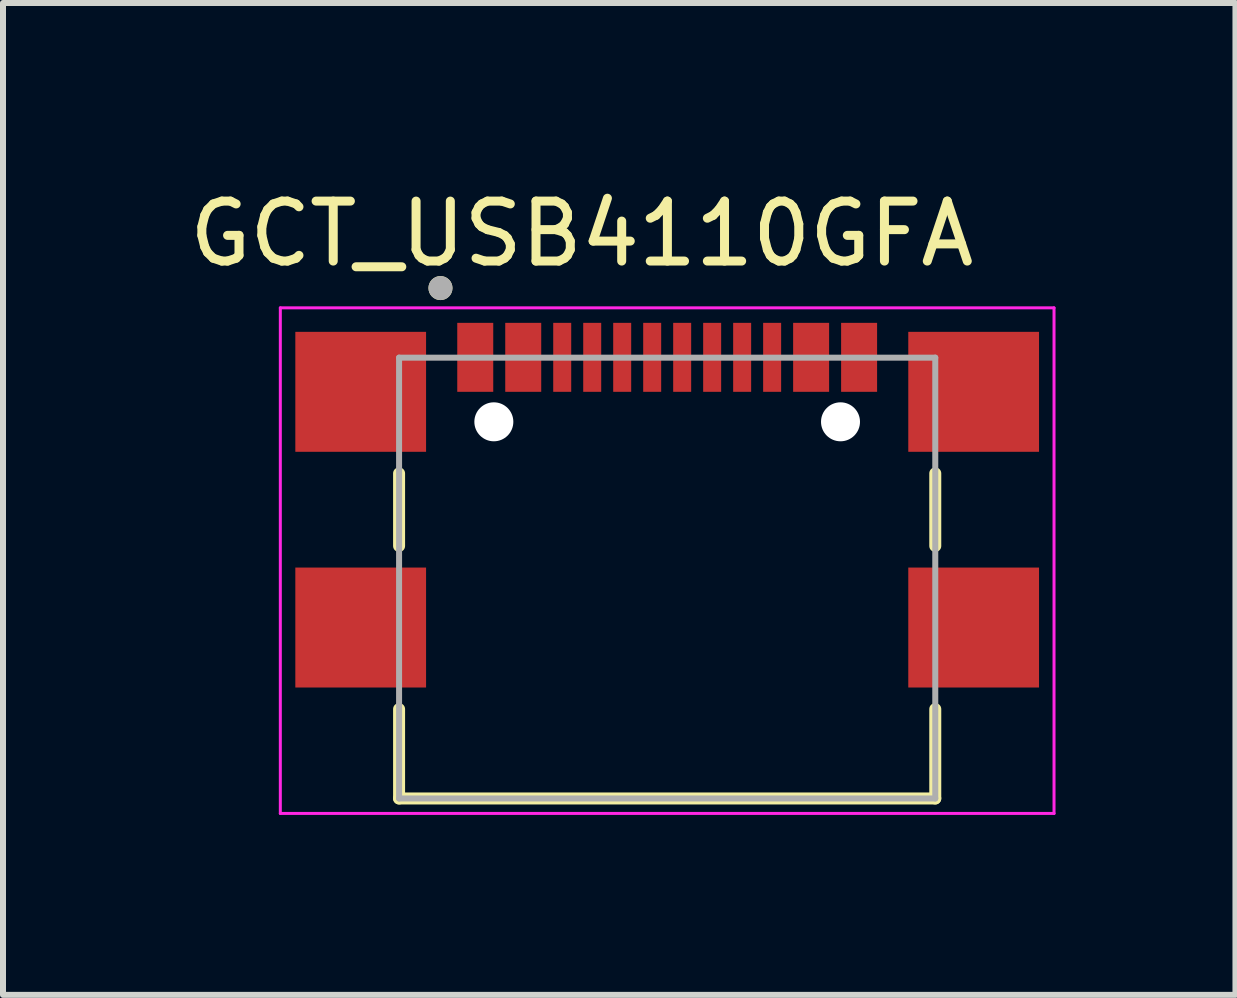
<source format=kicad_pcb>
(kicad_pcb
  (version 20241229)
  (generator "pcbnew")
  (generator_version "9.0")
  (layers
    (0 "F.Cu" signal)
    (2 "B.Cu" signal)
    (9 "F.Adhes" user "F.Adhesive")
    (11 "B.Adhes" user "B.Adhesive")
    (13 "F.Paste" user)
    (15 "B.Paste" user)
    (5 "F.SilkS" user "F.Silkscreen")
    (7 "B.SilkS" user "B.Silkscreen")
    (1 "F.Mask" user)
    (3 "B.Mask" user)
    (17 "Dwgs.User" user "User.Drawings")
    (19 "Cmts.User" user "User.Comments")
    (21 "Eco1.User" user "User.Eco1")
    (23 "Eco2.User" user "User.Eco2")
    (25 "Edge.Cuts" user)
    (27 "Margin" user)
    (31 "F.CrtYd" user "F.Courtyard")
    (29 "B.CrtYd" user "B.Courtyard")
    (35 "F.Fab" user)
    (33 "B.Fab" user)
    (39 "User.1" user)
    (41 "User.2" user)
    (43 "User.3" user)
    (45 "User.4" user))
  (footprint "GCT_USB4110GFA"
    (layer "F.Cu")
    (at 8.074 3.983)
    (property "Reference" "GCT_USB4110GFA" (at -1.425 -3.135 0) (layer "F.SilkS") (effects (font (size 1 1) (thickness 0.15))))
    (attr smd)
    (fp_line (start -4.47 0.86) (end -4.47 2.07) (stroke (width 0.2) (type solid)) (layer "F.SilkS"))
    (fp_line (start -4.47 4.79) (end -4.47 6.28) (stroke (width 0.2) (type solid)) (layer "F.SilkS"))
    (fp_line (start -4.47 6.28) (end 4.47 6.28) (stroke (width 0.2) (type solid)) (layer "F.SilkS"))
    (fp_line (start 4.47 0.86) (end 4.47 2.07) (stroke (width 0.2) (type solid)) (layer "F.SilkS"))
    (fp_line (start 4.47 6.28) (end 4.47 4.79) (stroke (width 0.2) (type solid)) (layer "F.SilkS"))
    (fp_circle (center -3.78 -2.23) (end -3.68 -2.23) (stroke (width 0.2) (type solid)) (fill no) (layer "F.SilkS"))
    (fp_line (start -6.45 -1.9) (end 6.45 -1.9) (stroke (width 0.05) (type solid)) (layer "F.CrtYd"))
    (fp_line (start -6.45 6.53) (end -6.45 -1.9) (stroke (width 0.05) (type solid)) (layer "F.CrtYd"))
    (fp_line (start 6.45 -1.9) (end 6.45 6.53) (stroke (width 0.05) (type solid)) (layer "F.CrtYd"))
    (fp_line (start 6.45 6.53) (end -6.45 6.53) (stroke (width 0.05) (type solid)) (layer "F.CrtYd"))
    (fp_line (start -4.47 -1.07) (end -4.47 6.28) (stroke (width 0.1) (type solid)) (layer "F.Fab"))
    (fp_line (start -4.47 6.28) (end 4.47 6.28) (stroke (width 0.1) (type solid)) (layer "F.Fab"))
    (fp_line (start 4.47 -1.07) (end -4.47 -1.07) (stroke (width 0.1) (type solid)) (layer "F.Fab"))
    (fp_line (start 4.47 6.28) (end 4.47 -1.07) (stroke (width 0.1) (type solid)) (layer "F.Fab"))
    (fp_circle (center -3.78 -2.23) (end -3.68 -2.23) (stroke (width 0.2) (type solid)) (fill no) (layer "F.Fab"))
    (pad "" np_thru_hole circle (at -2.89 0) (size 0.65 0.65) (drill 0.65) (layers "*.Cu" "*.Mask"))
    (pad "" np_thru_hole circle (at 2.89 0) (size 0.65 0.65) (drill 0.65) (layers "*.Cu" "*.Mask"))
    (pad "A1/B12" smd rect (at -3.2 -1.075) (size 0.6 1.15) (layers "F.Cu" "F.Mask" "F.Paste"))
    (pad "A4/B9" smd rect (at -2.4 -1.075) (size 0.6 1.15) (layers "F.Cu" "F.Mask" "F.Paste"))
    (pad "A5" smd rect (at -1.25 -1.075) (size 0.3 1.15) (layers "F.Cu" "F.Mask" "F.Paste"))
    (pad "A6" smd rect (at -0.25 -1.075) (size 0.3 1.15) (layers "F.Cu" "F.Mask" "F.Paste"))
    (pad "A7" smd rect (at 0.25 -1.075) (size 0.3 1.15) (layers "F.Cu" "F.Mask" "F.Paste"))
    (pad "A8" smd rect (at 1.25 -1.075) (size 0.3 1.15) (layers "F.Cu" "F.Mask" "F.Paste"))
    (pad "B1/A12" smd rect (at 3.2 -1.075) (size 0.6 1.15) (layers "F.Cu" "F.Mask" "F.Paste"))
    (pad "B4/A9" smd rect (at 2.4 -1.075) (size 0.6 1.15) (layers "F.Cu" "F.Mask" "F.Paste"))
    (pad "B5" smd rect (at 1.75 -1.075) (size 0.3 1.15) (layers "F.Cu" "F.Mask" "F.Paste"))
    (pad "B6" smd rect (at 0.75 -1.075) (size 0.3 1.15) (layers "F.Cu" "F.Mask" "F.Paste"))
    (pad "B7" smd rect (at -0.75 -1.075) (size 0.3 1.15) (layers "F.Cu" "F.Mask" "F.Paste"))
    (pad "B8" smd rect (at -1.75 -1.075) (size 0.3 1.15) (layers "F.Cu" "F.Mask" "F.Paste"))
    (pad "S1" smd rect (at -5.11 -0.5) (size 2.18 2) (layers "F.Cu" "F.Mask" "F.Paste"))
    (pad "S2" smd rect (at 5.11 -0.5) (size 2.18 2) (layers "F.Cu" "F.Mask" "F.Paste"))
    (pad "S3" smd rect (at -5.11 3.43) (size 2.18 2) (layers "F.Cu" "F.Mask" "F.Paste"))
    (pad "S4" smd rect (at 5.11 3.43) (size 2.18 2) (layers "F.Cu" "F.Mask" "F.Paste")))
  (gr_rect
    (start -3 -3)
    (end 17.549 13.538)
    (stroke (width 0.1) (type default))
    (fill no)
    (layer "Edge.Cuts")))
</source>
